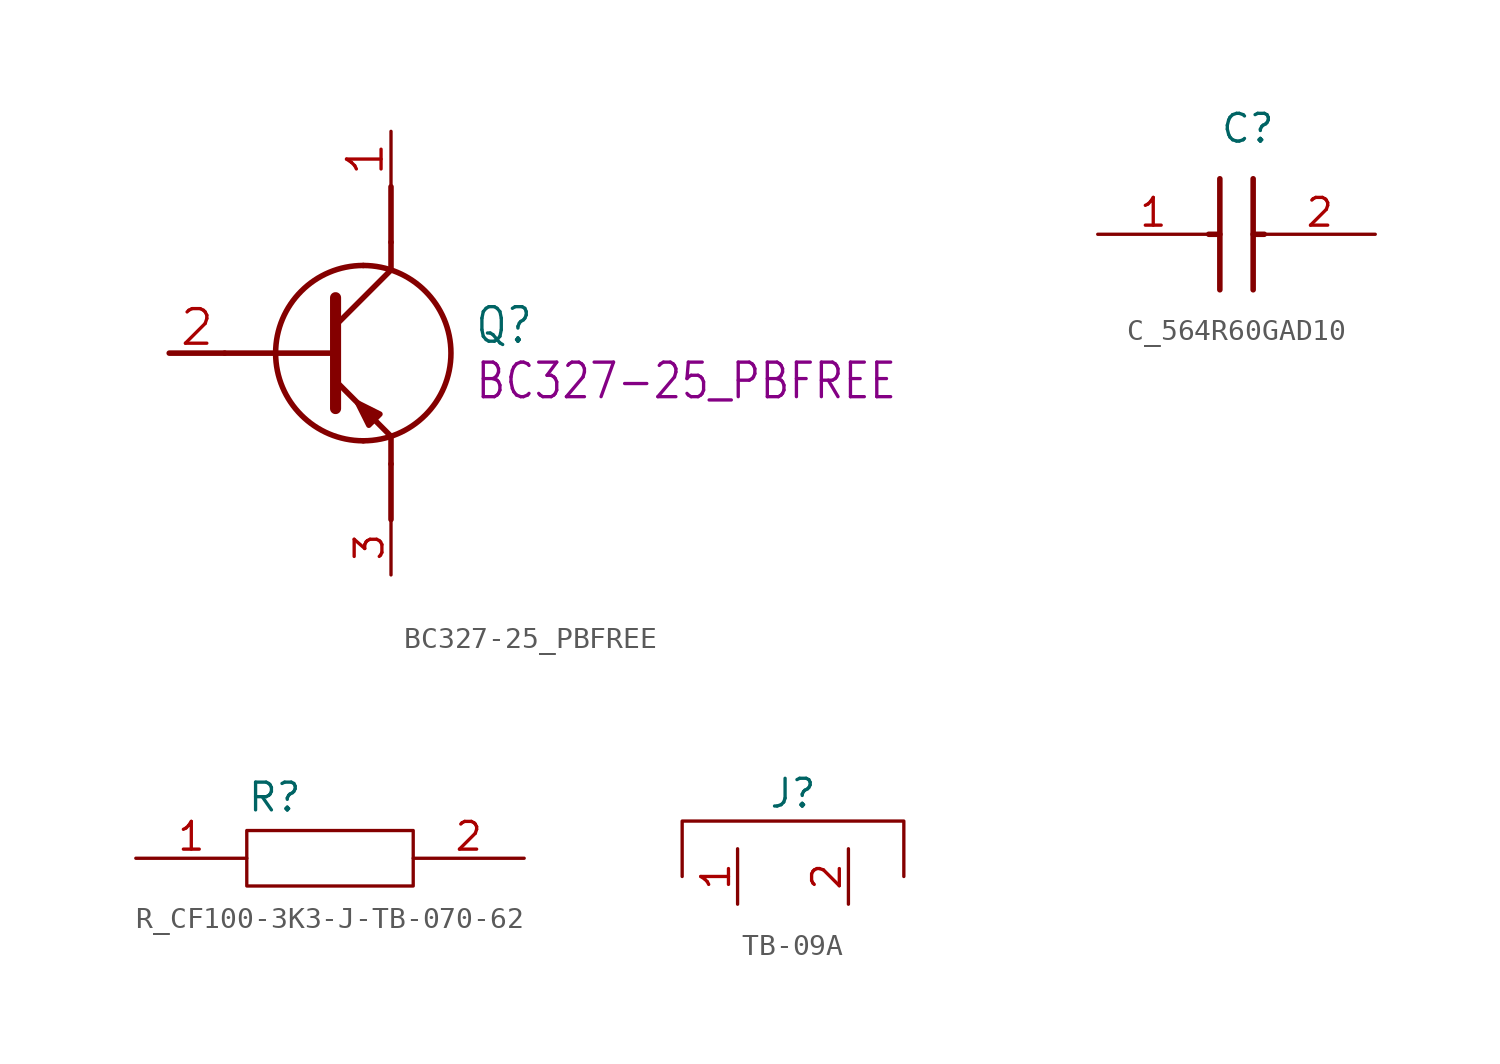
<source format=kicad_sym>
(kicad_symbol_lib
  (version 20241209)
  (generator "kicad_symbol_editor")
  (generator_version "9.0")
  (symbol "BC327-25_PBFREE"
    (pin_names
      (hide yes))
    (property "Reference" "Q"
      (at 13.97 1.27 0)
      (effects (font (size 1.583 1.333)) (justify left)))
    (property "Value" ""
      (at 0 0 0)
      (effects (font (size 1.27 1.27))))
    (property "Part Name" "BC327-25_PBFREE"
      (at 13.97 -1.27 0)
      (effects (font (size 1.583 1.333)) (justify left)))
    (symbol "BC327-25_PBFREE_1_0"
      (polyline (pts (xy 0 0) (xy 2.54 0)) (stroke (width 0.254) (type solid)) (fill (type none)))
      (polyline (pts (xy 2.54 0) (xy 7.62 0)) (stroke (width 0.254) (type solid)) (fill (type none)))
      (polyline (pts (xy 7.62 2.54) (xy 7.62 -2.54)) (stroke (width 0.508) (type solid)) (fill (type none)))
      (polyline (pts (xy 7.62 1.27) (xy 10.16 3.81)) (stroke (width 0.254) (type solid)) (fill (type none)))
      (polyline (pts (xy 7.62 -1.27) (xy 10.16 -3.81)) (stroke (width 0.254) (type solid)) (fill (type none)))
      (arc (start 8.89 4.0161) (mid 12.9061 0) (end 8.89 -4.0161) (stroke (width 0.254) (type solid)) (fill (type none)))
      (arc (start 8.89 -4.0161) (mid 4.8739 0) (end 8.89 4.0161) (stroke (width 0.254) (type solid)) (fill (type none)))
      (polyline (pts (xy 9.652 -2.794) (xy 9.144 -3.302) (xy 8.636 -2.286) (xy 9.652 -2.794)) (stroke (width 0.254) (type solid)) (fill (type outline)))
      (polyline (pts (xy 10.16 7.62) (xy 10.16 5.08)) (stroke (width 0.254) (type solid)) (fill (type none)))
      (polyline (pts (xy 10.16 3.81) (xy 10.16 5.08)) (stroke (width 0.254) (type solid)) (fill (type none)))
      (polyline (pts (xy 10.16 -3.81) (xy 10.16 -5.08)) (stroke (width 0.254) (type solid)) (fill (type none)))
      (polyline (pts (xy 10.16 -7.62) (xy 10.16 -5.08)) (stroke (width 0.254) (type solid)) (fill (type none)))
      (pin passive line (at 0 0 0) (length 2.54) (name "B" (effects (font (size 1.583 1.583)))) (number "2" (effects (font (size 1.583 1.583)))))
      (pin passive line (at 10.16 7.62 90) (length 2.54) (name "C" (effects (font (size 1.583 1.583)))) (number "1" (effects (font (size 1.583 1.583))))))
    (symbol "BC327-25_PBFREE_1_1"
      (pin passive line (at 10.16 -7.62 270) (length 2.54) (name "A" (effects (font (size 1.27 1.27)))) (number "3" (effects (font (size 1.27 1.27)))))))
  (symbol "C_564R60GAD10"
    (pin_names
      (hide yes))
    (property "Reference" "C"
      (at 5.588 5.588 0)
      (effects (font (size 1.27 1.27)) (justify left top)))
    (property "Value" ""
      (at 8.89 3.81 0)
      (effects (font (size 1.27 1.27)) (justify left top)))
    (symbol "C_564R60GAD10_1_1"
      (polyline (pts (xy 5.08 0) (xy 5.588 0)) (stroke (width 0.254) (type default)) (fill (type none)))
      (polyline (pts (xy 5.588 2.54) (xy 5.588 -2.54)) (stroke (width 0.254) (type default)) (fill (type none)))
      (polyline (pts (xy 7.112 2.54) (xy 7.112 -2.54)) (stroke (width 0.254) (type default)) (fill (type none)))
      (polyline (pts (xy 7.112 0) (xy 7.62 0)) (stroke (width 0.254) (type default)) (fill (type none)))
      (pin passive line (at 0 0 0) (length 5.08) (name "1" (effects (font (size 1.27 1.27)))) (number "1" (effects (font (size 1.27 1.27)))))
      (pin passive line (at 12.7 0 180) (length 5.08) (name "2" (effects (font (size 1.27 1.27)))) (number "2" (effects (font (size 1.27 1.27)))))))
  (symbol "R_CF100-3K3-J-TB-070-62"
    (pin_names
      (offset 0)
      (hide yes))
    (property "Reference" "R"
      (at 5.08 2.794 0)
      (effects (font (size 1.27 1.27)) (justify left)))
    (property "Value" ""
      (at 13.97 3.81 0)
      (effects (font (size 1.27 1.27)) (justify left)))
    (symbol "R_CF100-3K3-J-TB-070-62_0_0"
      (pin passive line (at 0 0 0) (length 5.08) (name "~" (effects (font (size 1.27 1.27)))) (number "1" (effects (font (size 1.27 1.27)))))
      (pin passive line (at 17.78 0 180) (length 5.08) (name "~" (effects (font (size 1.27 1.27)))) (number "2" (effects (font (size 1.27 1.27))))))
    (symbol "R_CF100-3K3-J-TB-070-62_0_1"
      (polyline (pts (xy 5.08 1.27) (xy 12.7 1.27) (xy 12.7 -1.27) (xy 5.08 -1.27) (xy 5.08 1.27)) (stroke (width 0.152) (type solid)) (fill (type none)))))
  (symbol "TB-09A"
    (property "Reference" "J"
      (at 0 1.27 0)
      (effects (font (size 1.27 1.27))))
    (property "Value" ""
      (at 0 0 0)
      (effects (font (size 1.27 1.27))))
    (symbol "TB-09A_0_1"
      (polyline (pts (xy 5.08 -2.54) (xy 5.08 0) (xy -5.08 0) (xy -5.08 -2.54)) (stroke (width 0) (type default)) (fill (type none))))
    (symbol "TB-09A_1_1"
      (pin power_in line (at -2.54 -3.81 90) (length 2.54) (name "" (effects (font (size 1.27 1.27)))) (number "1" (effects (font (size 1.27 1.27)))))
      (pin power_in line (at 2.54 -3.81 90) (length 2.54) (name "" (effects (font (size 1.27 1.27)))) (number "2" (effects (font (size 1.27 1.27))))))))
</source>
